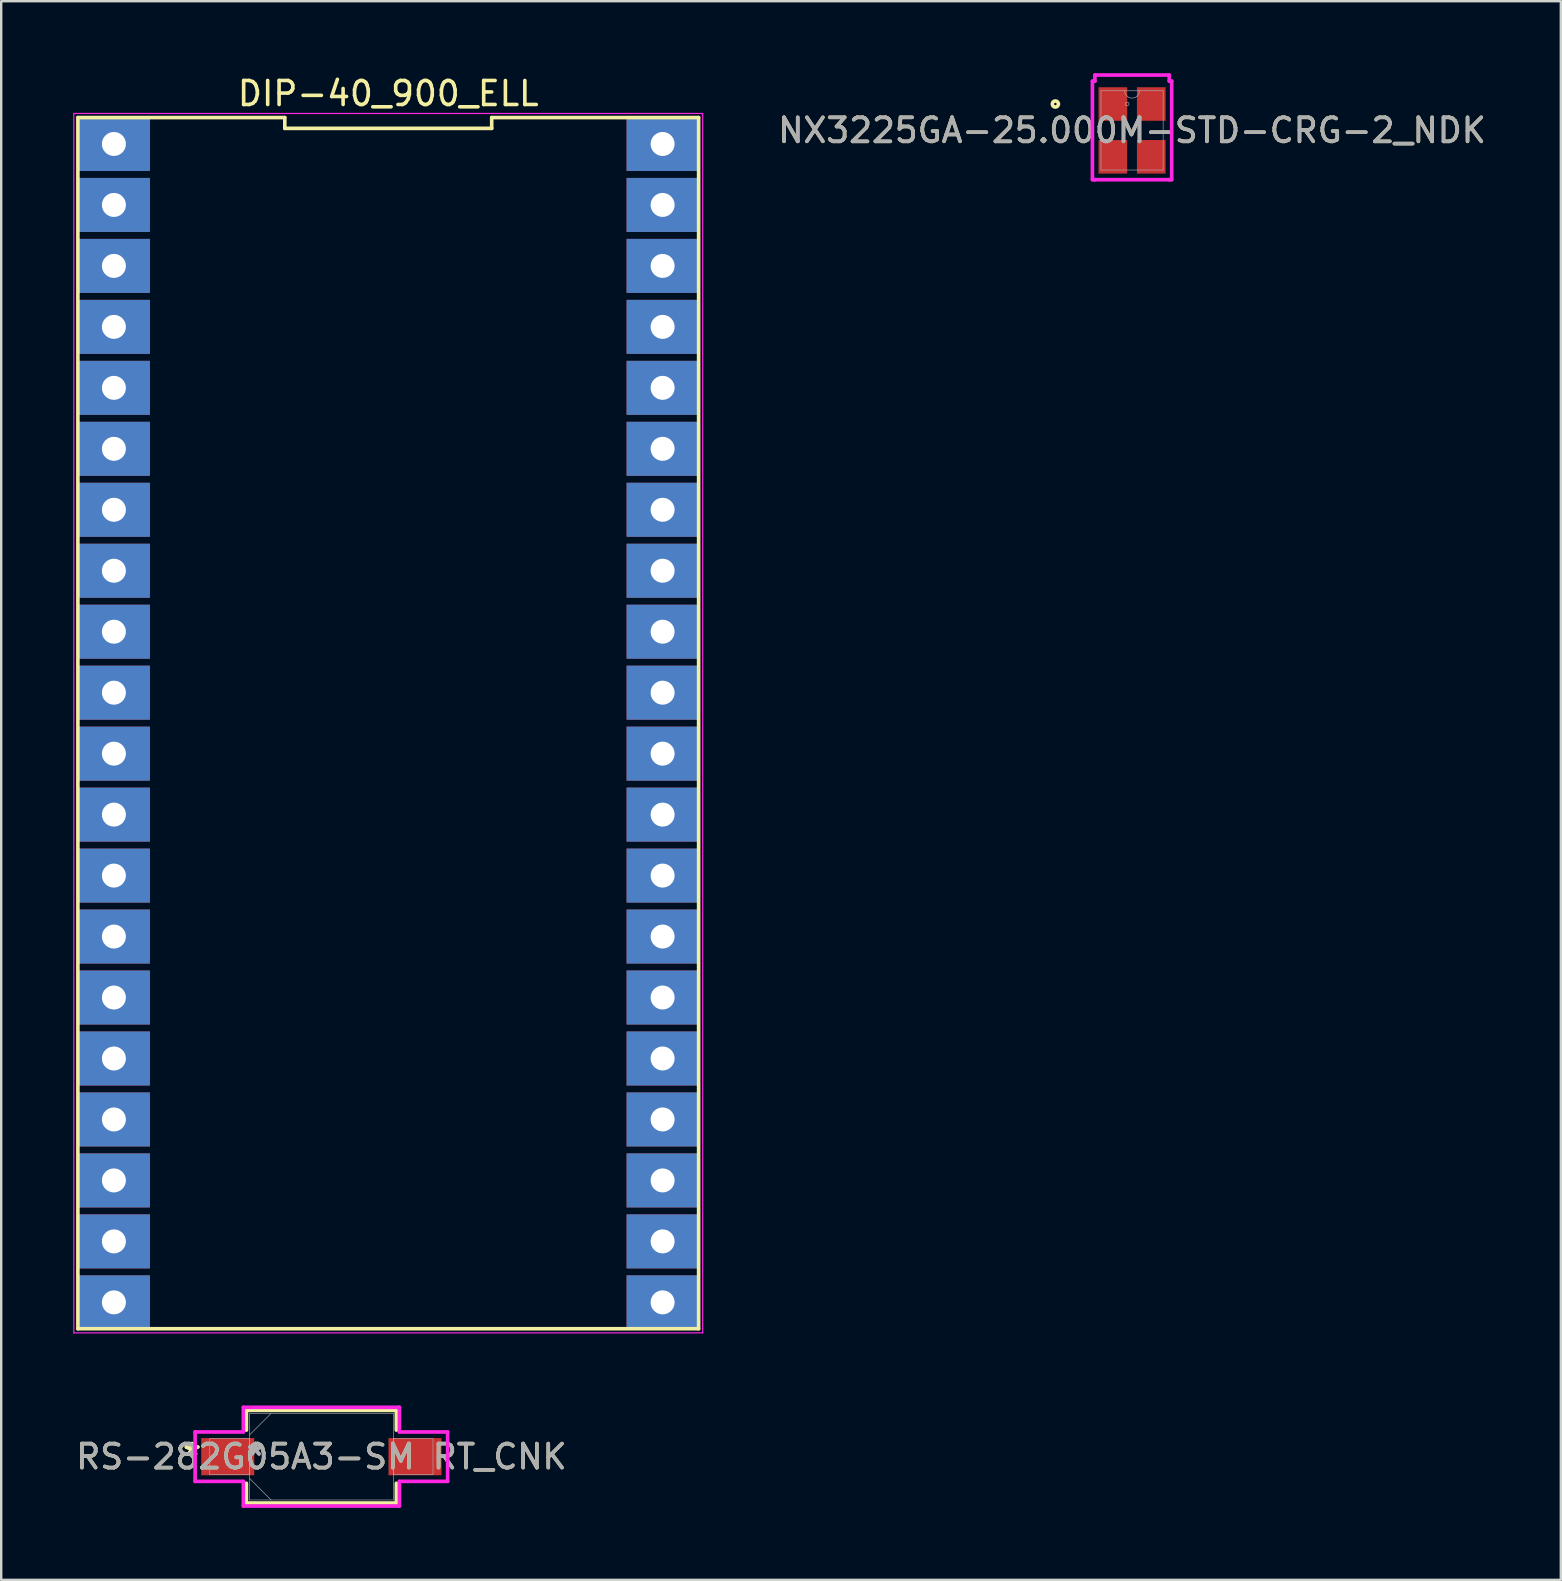
<source format=kicad_pcb>
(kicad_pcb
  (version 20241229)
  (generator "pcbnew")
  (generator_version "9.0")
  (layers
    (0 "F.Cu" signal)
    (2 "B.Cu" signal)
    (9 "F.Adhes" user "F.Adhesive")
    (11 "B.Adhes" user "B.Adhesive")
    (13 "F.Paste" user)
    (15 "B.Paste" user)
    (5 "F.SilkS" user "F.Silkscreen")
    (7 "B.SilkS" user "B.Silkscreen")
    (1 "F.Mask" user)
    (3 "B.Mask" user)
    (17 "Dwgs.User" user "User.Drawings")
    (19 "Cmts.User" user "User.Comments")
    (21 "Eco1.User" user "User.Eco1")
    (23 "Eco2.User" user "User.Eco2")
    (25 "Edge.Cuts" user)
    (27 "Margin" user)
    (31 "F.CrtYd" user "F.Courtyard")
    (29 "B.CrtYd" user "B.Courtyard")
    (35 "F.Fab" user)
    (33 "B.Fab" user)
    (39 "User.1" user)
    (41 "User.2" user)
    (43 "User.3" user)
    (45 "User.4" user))
  (footprint "RS-282G05A3-SM RT_CNK"
    (layer "F.Cu")
    (at 10.339 57.637)
    (property "Reference" "RS-282G05A3-SM RT_CNK" (at 0 0 0) (unlocked yes) (layer "F.SilkS") (effects (font (size 1 1) (thickness 0.15))))
    (attr smd)
    (fp_line (start -3.124 -1.93) (end -3.124 -1.107) (stroke (width 0.152) (type solid)) (layer "F.SilkS"))
    (fp_line (start -3.124 1.107) (end -3.124 1.93) (stroke (width 0.152) (type solid)) (layer "F.SilkS"))
    (fp_line (start -3.124 1.93) (end 3.124 1.93) (stroke (width 0.152) (type solid)) (layer "F.SilkS"))
    (fp_line (start 3.124 -1.93) (end -3.124 -1.93) (stroke (width 0.152) (type solid)) (layer "F.SilkS"))
    (fp_line (start 3.124 -1.107) (end 3.124 -1.93) (stroke (width 0.152) (type solid)) (layer "F.SilkS"))
    (fp_line (start 3.124 1.93) (end 3.124 1.107) (stroke (width 0.152) (type solid)) (layer "F.SilkS"))
    (fp_line (start -5.26 -1.029) (end -3.251 -1.029) (stroke (width 0.152) (type solid)) (layer "F.CrtYd"))
    (fp_line (start -5.26 1.029) (end -5.26 -1.029) (stroke (width 0.152) (type solid)) (layer "F.CrtYd"))
    (fp_line (start -3.251 -2.057) (end 3.251 -2.057) (stroke (width 0.152) (type solid)) (layer "F.CrtYd"))
    (fp_line (start -3.251 -1.029) (end -3.251 -2.057) (stroke (width 0.152) (type solid)) (layer "F.CrtYd"))
    (fp_line (start -3.251 1.029) (end -5.26 1.029) (stroke (width 0.152) (type solid)) (layer "F.CrtYd"))
    (fp_line (start -3.251 2.057) (end -3.251 1.029) (stroke (width 0.152) (type solid)) (layer "F.CrtYd"))
    (fp_line (start 3.251 -2.057) (end 3.251 -1.029) (stroke (width 0.152) (type solid)) (layer "F.CrtYd"))
    (fp_line (start 3.251 -1.029) (end 5.26 -1.029) (stroke (width 0.152) (type solid)) (layer "F.CrtYd"))
    (fp_line (start 3.251 1.029) (end 3.251 2.057) (stroke (width 0.152) (type solid)) (layer "F.CrtYd"))
    (fp_line (start 3.251 2.057) (end -3.251 2.057) (stroke (width 0.152) (type solid)) (layer "F.CrtYd"))
    (fp_line (start 5.26 -1.029) (end 5.26 1.029) (stroke (width 0.152) (type solid)) (layer "F.CrtYd"))
    (fp_line (start 5.26 1.029) (end 3.251 1.029) (stroke (width 0.152) (type solid)) (layer "F.CrtYd"))
    (fp_line (start -4.65 -0.749) (end -4.65 0.749) (stroke (width 0.025) (type solid)) (layer "F.Fab"))
    (fp_line (start -4.65 0.749) (end -2.997 0.749) (stroke (width 0.025) (type solid)) (layer "F.Fab"))
    (fp_line (start -2.997 -1.803) (end -2.997 1.803) (stroke (width 0.025) (type solid)) (layer "F.Fab"))
    (fp_line (start -2.997 -0.902) (end -2.095 -1.803) (stroke (width 0.025) (type solid)) (layer "F.Fab"))
    (fp_line (start -2.997 -0.749) (end -4.65 -0.749) (stroke (width 0.025) (type solid)) (layer "F.Fab"))
    (fp_line (start -2.997 0.749) (end -2.997 -0.749) (stroke (width 0.025) (type solid)) (layer "F.Fab"))
    (fp_line (start -2.997 0.902) (end -2.095 1.803) (stroke (width 0.025) (type solid)) (layer "F.Fab"))
    (fp_line (start -2.997 1.803) (end 2.997 1.803) (stroke (width 0.025) (type solid)) (layer "F.Fab"))
    (fp_line (start 2.997 -1.803) (end -2.997 -1.803) (stroke (width 0.025) (type solid)) (layer "F.Fab"))
    (fp_line (start 2.997 -0.749) (end 2.997 0.749) (stroke (width 0.025) (type solid)) (layer "F.Fab"))
    (fp_line (start 2.997 0.749) (end 4.65 0.749) (stroke (width 0.025) (type solid)) (layer "F.Fab"))
    (fp_line (start 2.997 1.803) (end 2.997 -1.803) (stroke (width 0.025) (type solid)) (layer "F.Fab"))
    (fp_line (start 4.65 -0.749) (end 2.997 -0.749) (stroke (width 0.025) (type solid)) (layer "F.Fab"))
    (fp_line (start 4.65 0.749) (end 4.65 -0.749) (stroke (width 0.025) (type solid)) (layer "F.Fab"))
    (fp_text user "*" (at -5.387 0 0) (unlocked yes) (layer "F.SilkS") (effects (font (size 1 1) (thickness 0.15))))
    (fp_text user "*" (at -5.387 0 0) (layer "F.SilkS") (effects (font (size 1 1) (thickness 0.15))))
    (fp_text user "${REFERENCE}" (at 0 0 0) (unlocked yes) (layer "F.Fab") (effects (font (size 1 1) (thickness 0.15))))
    (fp_text user "*" (at -2.743 0 0) (layer "F.Fab") (effects (font (size 1 1) (thickness 0.15))))
    (fp_text user "*" (at -2.743 0 0) (unlocked yes) (layer "F.Fab") (effects (font (size 1 1) (thickness 0.15))))
    (pad "1" smd rect (at -3.901 0) (size 2.21 1.549) (layers "F.Cu" "F.Mask" "F.Paste"))
    (pad "2" smd rect (at 3.901 0) (size 2.21 1.549) (layers "F.Cu" "F.Mask" "F.Paste")))
  (footprint "NX3225GA-25.000M-STD-CRG-2_NDK"
    (layer "F.Cu")
    (at 44.113 2.383)
    (property "Reference" "NX3225GA-25.000M-STD-CRG-2_NDK" (at 0 0 0) (unlocked yes) (layer "F.SilkS") (effects (font (size 1 1) (thickness 0.15))))
    (attr smd)
    (fp_circle (center -3.195 -1.1) (end -3.068 -1.1) (stroke (width 0.152) (type solid)) (fill no) (layer "F.SilkS"))
    (fp_line (start -1.651 -2.053) (end -1.549 -2.053) (stroke (width 0.152) (type solid)) (layer "F.CrtYd"))
    (fp_line (start -1.651 2.053) (end -1.651 -2.053) (stroke (width 0.152) (type solid)) (layer "F.CrtYd"))
    (fp_line (start -1.651 2.053) (end -1.549 2.053) (stroke (width 0.152) (type solid)) (layer "F.CrtYd"))
    (fp_line (start -1.549 -2.307) (end 1.549 -2.307) (stroke (width 0.152) (type solid)) (layer "F.CrtYd"))
    (fp_line (start -1.549 -2.053) (end -1.549 -2.307) (stroke (width 0.152) (type solid)) (layer "F.CrtYd"))
    (fp_line (start -1.549 2.053) (end -1.549 2.053) (stroke (width 0.152) (type solid)) (layer "F.CrtYd"))
    (fp_line (start 1.549 -2.307) (end 1.549 -2.053) (stroke (width 0.152) (type solid)) (layer "F.CrtYd"))
    (fp_line (start 1.549 2.053) (end -1.549 2.053) (stroke (width 0.152) (type solid)) (layer "F.CrtYd"))
    (fp_line (start 1.549 2.053) (end 1.549 2.053) (stroke (width 0.152) (type solid)) (layer "F.CrtYd"))
    (fp_line (start 1.651 -2.053) (end 1.549 -2.053) (stroke (width 0.152) (type solid)) (layer "F.CrtYd"))
    (fp_line (start 1.651 -2.053) (end 1.651 2.053) (stroke (width 0.152) (type solid)) (layer "F.CrtYd"))
    (fp_line (start 1.651 2.053) (end 1.549 2.053) (stroke (width 0.152) (type solid)) (layer "F.CrtYd"))
    (fp_line (start -1.295 -1.651) (end -1.295 1.651) (stroke (width 0.025) (type solid)) (layer "F.Fab"))
    (fp_line (start -1.295 1.651) (end 1.295 1.651) (stroke (width 0.025) (type solid)) (layer "F.Fab"))
    (fp_line (start 1.295 -1.651) (end -1.295 -1.651) (stroke (width 0.025) (type solid)) (layer "F.Fab"))
    (fp_line (start 1.295 1.651) (end 1.295 -1.651) (stroke (width 0.025) (type solid)) (layer "F.Fab"))
    (fp_arc (start 0.3048 -1.651) (mid 0 -1.3462) (end -0.3048 -1.651) (stroke (width 0.0254) (type solid)) (layer "F.Fab"))
    (fp_circle (center -0.203 -1.1) (end -0.127 -1.1) (stroke (width 0.025) (type solid)) (fill no) (layer "F.Fab"))
    (fp_text user "${REFERENCE}" (at 0 0 0) (unlocked yes) (layer "F.Fab") (effects (font (size 1 1) (thickness 0.15))))
    (pad "1" smd rect (at -0.8 -1.1) (size 1.194 1.397) (layers "F.Cu" "F.Mask" "F.Paste"))
    (pad "2" smd rect (at -0.8 1.1) (size 1.194 1.397) (layers "F.Cu" "F.Mask" "F.Paste"))
    (pad "3" smd rect (at 0.8 1.1) (size 1.194 1.397) (layers "F.Cu" "F.Mask" "F.Paste"))
    (pad "4" smd rect (at 0.8 -1.1) (size 1.194 1.397) (layers "F.Cu" "F.Mask" "F.Paste")))
  (footprint "DIP-40_900_ELL"
    (layer "F.Cu")
    (at 1.695 2.948)
    (property "Reference" "DIP-40_900_ELL" (at 11.43 -2.1 0) (layer "F.SilkS") (effects (font (size 1 1) (thickness 0.15))))
    (attr through_hole)
    (fp_line (start -1.5 49.36) (end 24.36 49.36) (stroke (width 0.15) (type solid)) (layer "F.SilkS"))
    (fp_line (start -1.5 -1.1) (end -1.5 49.36) (stroke (width 0.15) (type solid)) (layer "F.SilkS"))
    (fp_line (start 7.12 -1.1) (end -1.5 -1.1) (stroke (width 0.15) (type solid)) (layer "F.SilkS"))
    (fp_line (start 7.12 -0.65) (end 7.12 -1.1) (stroke (width 0.15) (type solid)) (layer "F.SilkS"))
    (fp_line (start 15.74 -1.1) (end 15.74 -0.65) (stroke (width 0.15) (type solid)) (layer "F.SilkS"))
    (fp_line (start 15.74 -0.65) (end 7.12 -0.65) (stroke (width 0.15) (type solid)) (layer "F.SilkS"))
    (fp_line (start 24.36 49.36) (end 24.36 -1.1) (stroke (width 0.15) (type solid)) (layer "F.SilkS"))
    (fp_line (start 24.36 -1.1) (end 15.74 -1.1) (stroke (width 0.15) (type solid)) (layer "F.SilkS"))
    (fp_line (start -1.67 -1.27) (end 24.53 -1.27) (stroke (width 0.05) (type solid)) (layer "F.CrtYd"))
    (fp_line (start -1.67 49.53) (end -1.67 -1.27) (stroke (width 0.05) (type solid)) (layer "F.CrtYd"))
    (fp_line (start 24.53 -1.27) (end 24.53 49.53) (stroke (width 0.05) (type solid)) (layer "F.CrtYd"))
    (fp_line (start 24.53 49.53) (end -1.67 49.53) (stroke (width 0.05) (type solid)) (layer "F.CrtYd"))
    (pad "1" thru_hole trapezoid (at 0 0) (size 3 2.25) (drill 1) (layers "*.Cu" "*.Mask"))
    (pad "2" thru_hole trapezoid (at 0 2.54) (size 3 2.25) (drill 1) (layers "*.Cu" "*.Mask"))
    (pad "3" thru_hole trapezoid (at 0 5.08) (size 3 2.25) (drill 1) (layers "*.Cu" "*.Mask"))
    (pad "4" thru_hole trapezoid (at 0 7.62) (size 3 2.25) (drill 1) (layers "*.Cu" "*.Mask"))
    (pad "5" thru_hole trapezoid (at 0 10.16) (size 3 2.25) (drill 1) (layers "*.Cu" "*.Mask"))
    (pad "6" thru_hole trapezoid (at 0 12.7) (size 3 2.25) (drill 1) (layers "*.Cu" "*.Mask"))
    (pad "7" thru_hole trapezoid (at 0 15.24) (size 3 2.25) (drill 1) (layers "*.Cu" "*.Mask"))
    (pad "8" thru_hole trapezoid (at 0 17.78) (size 3 2.25) (drill 1) (layers "*.Cu" "*.Mask"))
    (pad "9" thru_hole trapezoid (at 0 20.32) (size 3 2.25) (drill 1) (layers "*.Cu" "*.Mask"))
    (pad "10" thru_hole trapezoid (at 0 22.86) (size 3 2.25) (drill 1) (layers "*.Cu" "*.Mask"))
    (pad "11" thru_hole trapezoid (at 0 25.4) (size 3 2.25) (drill 1) (layers "*.Cu" "*.Mask"))
    (pad "12" thru_hole trapezoid (at 0 27.94) (size 3 2.25) (drill 1) (layers "*.Cu" "*.Mask"))
    (pad "13" thru_hole trapezoid (at 0 30.48) (size 3 2.25) (drill 1) (layers "*.Cu" "*.Mask"))
    (pad "14" thru_hole trapezoid (at 0 33.02) (size 3 2.25) (drill 1) (layers "*.Cu" "*.Mask"))
    (pad "15" thru_hole trapezoid (at 0 35.56) (size 3 2.25) (drill 1) (layers "*.Cu" "*.Mask"))
    (pad "16" thru_hole trapezoid (at 0 38.1) (size 3 2.25) (drill 1) (layers "*.Cu" "*.Mask"))
    (pad "17" thru_hole trapezoid (at 0 40.64) (size 3 2.25) (drill 1) (layers "*.Cu" "*.Mask"))
    (pad "18" thru_hole trapezoid (at 0 43.18) (size 3 2.25) (drill 1) (layers "*.Cu" "*.Mask"))
    (pad "19" thru_hole trapezoid (at 0 45.72) (size 3 2.25) (drill 1) (layers "*.Cu" "*.Mask"))
    (pad "20" thru_hole trapezoid (at 0 48.26) (size 3 2.25) (drill 1) (layers "*.Cu" "*.Mask"))
    (pad "21" thru_hole trapezoid (at 22.86 48.26) (size 3 2.25) (drill 1) (layers "*.Cu" "*.Mask"))
    (pad "22" thru_hole trapezoid (at 22.86 45.72) (size 3 2.25) (drill 1) (layers "*.Cu" "*.Mask"))
    (pad "23" thru_hole trapezoid (at 22.86 43.18) (size 3 2.25) (drill 1) (layers "*.Cu" "*.Mask"))
    (pad "24" thru_hole trapezoid (at 22.86 40.64) (size 3 2.25) (drill 1) (layers "*.Cu" "*.Mask"))
    (pad "25" thru_hole trapezoid (at 22.86 38.1) (size 3 2.25) (drill 1) (layers "*.Cu" "*.Mask"))
    (pad "26" thru_hole trapezoid (at 22.86 35.56) (size 3 2.25) (drill 1) (layers "*.Cu" "*.Mask"))
    (pad "27" thru_hole trapezoid (at 22.86 33.02) (size 3 2.25) (drill 1) (layers "*.Cu" "*.Mask"))
    (pad "28" thru_hole trapezoid (at 22.86 30.48) (size 3 2.25) (drill 1) (layers "*.Cu" "*.Mask"))
    (pad "29" thru_hole trapezoid (at 22.86 27.94) (size 3 2.25) (drill 1) (layers "*.Cu" "*.Mask"))
    (pad "30" thru_hole trapezoid (at 22.86 25.4) (size 3 2.25) (drill 1) (layers "*.Cu" "*.Mask"))
    (pad "31" thru_hole trapezoid (at 22.86 22.86) (size 3 2.25) (drill 1) (layers "*.Cu" "*.Mask"))
    (pad "32" thru_hole trapezoid (at 22.86 20.32) (size 3 2.25) (drill 1) (layers "*.Cu" "*.Mask"))
    (pad "33" thru_hole trapezoid (at 22.86 17.78) (size 3 2.25) (drill 1) (layers "*.Cu" "*.Mask"))
    (pad "34" thru_hole trapezoid (at 22.86 15.24) (size 3 2.25) (drill 1) (layers "*.Cu" "*.Mask"))
    (pad "35" thru_hole trapezoid (at 22.86 12.7) (size 3 2.25) (drill 1) (layers "*.Cu" "*.Mask"))
    (pad "36" thru_hole trapezoid (at 22.86 10.16) (size 3 2.25) (drill 1) (layers "*.Cu" "*.Mask"))
    (pad "37" thru_hole trapezoid (at 22.86 7.62) (size 3 2.25) (drill 1) (layers "*.Cu" "*.Mask"))
    (pad "38" thru_hole trapezoid (at 22.86 5.08) (size 3 2.25) (drill 1) (layers "*.Cu" "*.Mask"))
    (pad "39" thru_hole trapezoid (at 22.86 2.54) (size 3 2.25) (drill 1) (layers "*.Cu" "*.Mask"))
    (pad "40" thru_hole trapezoid (at 22.86 0) (size 3 2.25) (drill 1) (layers "*.Cu" "*.Mask")))
  (gr_rect
    (start -3 -3)
    (end 61.976 62.77)
    (stroke (width 0.1) (type default))
    (fill no)
    (layer "Edge.Cuts")))
</source>
